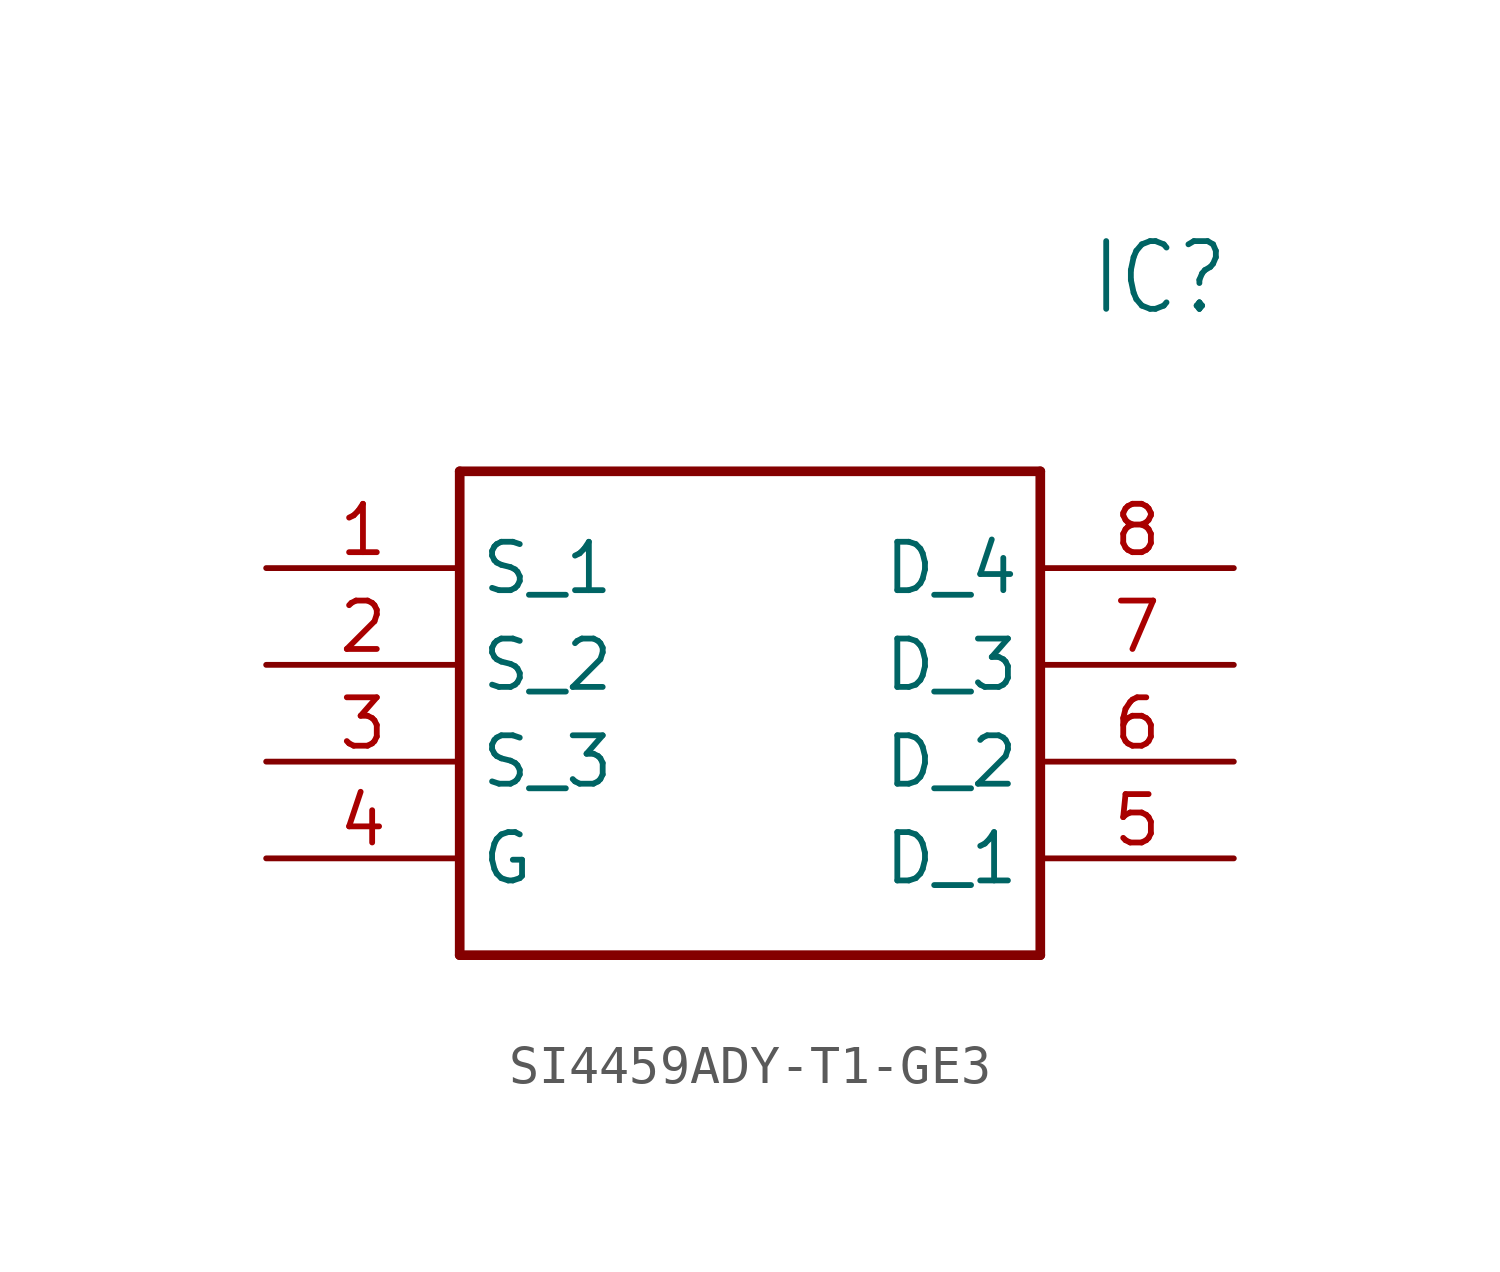
<source format=kicad_sym>
(kicad_symbol_lib
  (version 20231120)
  (generator "kicad_symbol_editor")
  (generator_version "8.0")
  (symbol "SI4459ADY-T1-GE3"
    (property "Reference" "IC"
      (at 21.59 7.62 0)
      (effects (font (size 1.778 1.511)) (justify left)))
    (property "Value" ""
      (at 21.59 5.08 0)
      (effects (font (size 1.778 1.511)) (justify left)))
    (property "ki_locked" ""
      (at 0 0 0)
      (effects (font (size 1.27 1.27))))
    (symbol "SI4459ADY-T1-GE3_1_0"
      (polyline (pts (xy 5.08 2.54) (xy 5.08 -10.16)) (stroke (width 0.254) (type solid)) (fill (type none)))
      (polyline (pts (xy 5.08 2.54) (xy 20.32 2.54)) (stroke (width 0.254) (type solid)) (fill (type none)))
      (polyline (pts (xy 20.32 -10.16) (xy 5.08 -10.16)) (stroke (width 0.254) (type solid)) (fill (type none)))
      (polyline (pts (xy 20.32 -10.16) (xy 20.32 2.54)) (stroke (width 0.254) (type solid)) (fill (type none)))
      (pin bidirectional line (at 0 0 0) (length 5.08) (name "S_1" (effects (font (size 1.27 1.27)))) (number "1" (effects (font (size 1.27 1.27)))))
      (pin bidirectional line (at 0 -2.54 0) (length 5.08) (name "S_2" (effects (font (size 1.27 1.27)))) (number "2" (effects (font (size 1.27 1.27)))))
      (pin bidirectional line (at 0 -5.08 0) (length 5.08) (name "S_3" (effects (font (size 1.27 1.27)))) (number "3" (effects (font (size 1.27 1.27)))))
      (pin bidirectional line (at 0 -7.62 0) (length 5.08) (name "G" (effects (font (size 1.27 1.27)))) (number "4" (effects (font (size 1.27 1.27)))))
      (pin bidirectional line (at 25.4 -7.62 180) (length 5.08) (name "D_1" (effects (font (size 1.27 1.27)))) (number "5" (effects (font (size 1.27 1.27)))))
      (pin bidirectional line (at 25.4 -5.08 180) (length 5.08) (name "D_2" (effects (font (size 1.27 1.27)))) (number "6" (effects (font (size 1.27 1.27)))))
      (pin bidirectional line (at 25.4 -2.54 180) (length 5.08) (name "D_3" (effects (font (size 1.27 1.27)))) (number "7" (effects (font (size 1.27 1.27)))))
      (pin bidirectional line (at 25.4 0 180) (length 5.08) (name "D_4" (effects (font (size 1.27 1.27)))) (number "8" (effects (font (size 1.27 1.27))))))))
</source>
